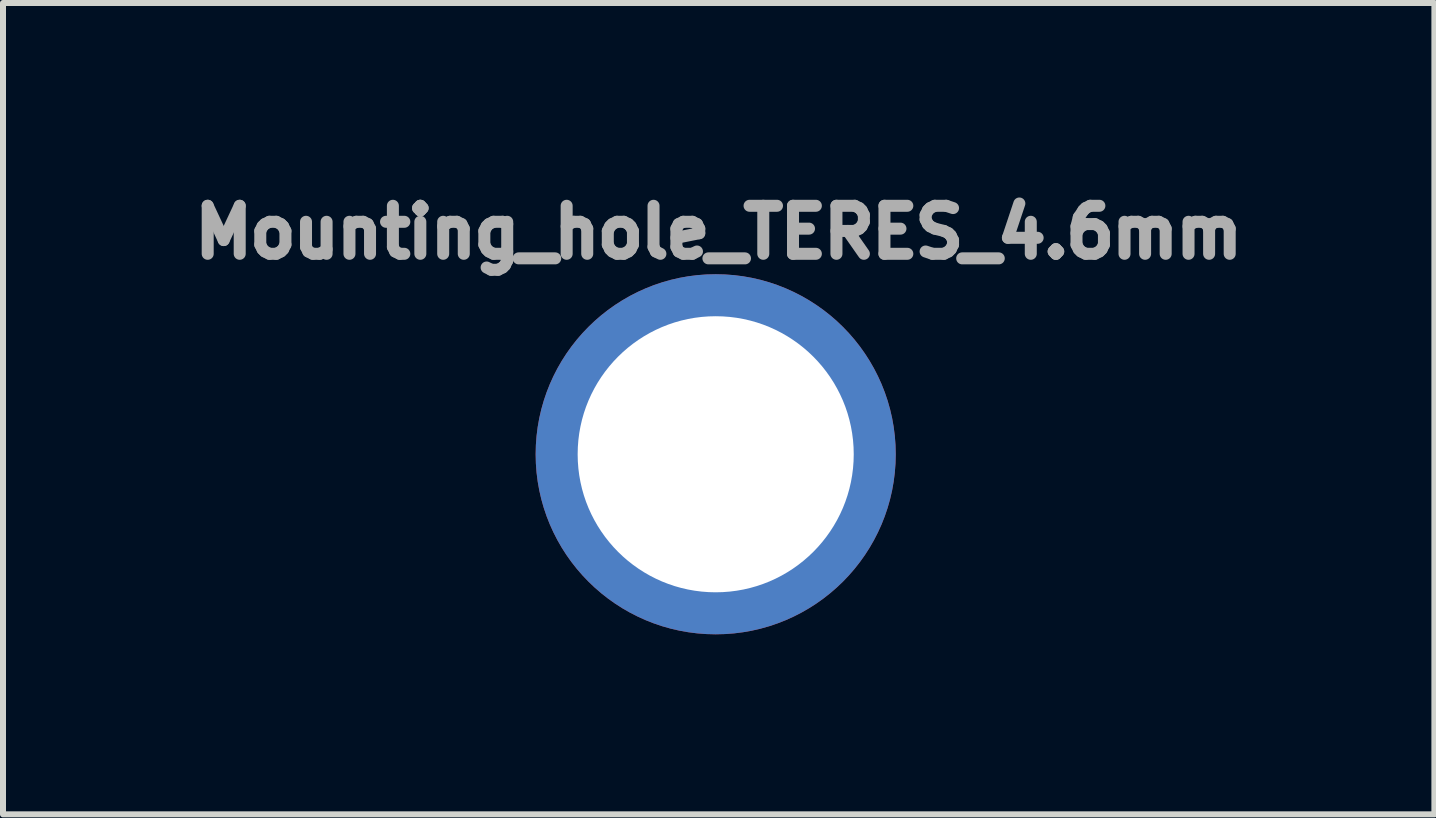
<source format=kicad_pcb>
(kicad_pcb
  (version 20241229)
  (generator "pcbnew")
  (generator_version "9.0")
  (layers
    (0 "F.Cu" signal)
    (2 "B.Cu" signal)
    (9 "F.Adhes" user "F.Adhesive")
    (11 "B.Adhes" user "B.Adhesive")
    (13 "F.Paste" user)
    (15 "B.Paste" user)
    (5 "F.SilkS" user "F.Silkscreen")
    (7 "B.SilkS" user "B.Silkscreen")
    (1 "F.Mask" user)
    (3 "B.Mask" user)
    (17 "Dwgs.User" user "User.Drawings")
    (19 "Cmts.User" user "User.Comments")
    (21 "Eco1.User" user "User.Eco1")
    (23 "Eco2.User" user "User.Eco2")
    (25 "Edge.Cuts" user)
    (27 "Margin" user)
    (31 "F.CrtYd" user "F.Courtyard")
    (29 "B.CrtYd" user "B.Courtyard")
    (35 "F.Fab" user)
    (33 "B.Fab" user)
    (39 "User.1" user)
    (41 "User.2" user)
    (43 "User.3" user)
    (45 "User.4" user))
  (footprint "Mounting_hole_TERES_4.6mm"
    (layer "F.Cu")
    (at 8.875 4.519)
    (property "Reference" "Mounting_hole_TERES_4.6mm" (at 0.05 -3.7 0) (layer "F.Fab") (effects (font (size 0.8 0.8) (thickness 0.2))))
    (attr exclude_from_pos_files exclude_from_bom)
    (pad "" thru_hole circle (at 0 0) (size 6 6) (drill 4.6) (layers "*.Cu" "*.Mask")))
  (gr_rect
    (start -3 -3)
    (end 20.85 10.519)
    (stroke (width 0.1) (type default))
    (fill no)
    (layer "Edge.Cuts")))
</source>
